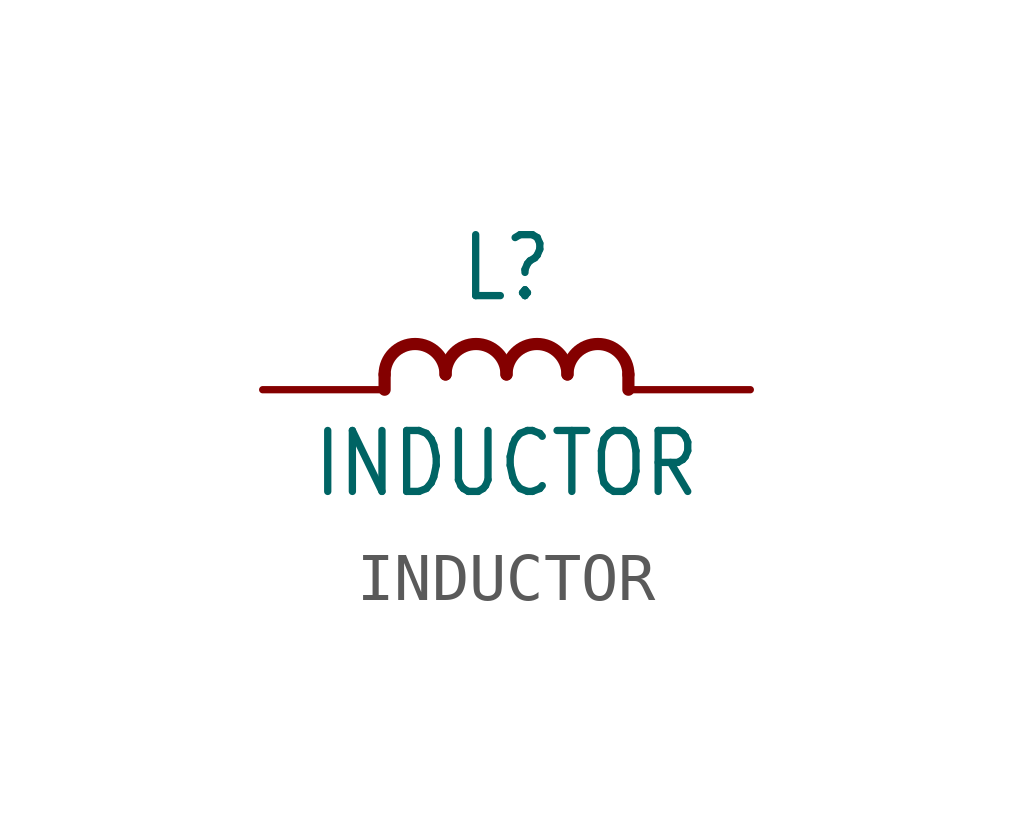
<source format=kicad_sym>
(kicad_symbol_lib
  (version 20201005)
  (generator kicad_symbol_editor)
  (symbol "INDUCTOR"
    (property "Reference" "L"
      (at 0 2.54 0)
      (effects (font (size 1.27 1.079))))
    (property "Value" "INDUCTOR"
      (at 0 -1.54 0)
      (effects (font (size 1.27 1.079))))
    (property "ki_locked" ""
      (at 0 0 0)
      (effects (font (size 1.27 1.27))))
    (symbol "INDUCTOR_1_0"
      (arc (start -1.27 0.3175) (end -2.54 0.3175) (radius (at -1.905 0.3174) (length 0.635) (angles 0.1 179.9)) (stroke (width 0.254)) (fill (type none)))
      (arc (start 0 0.3175) (end -1.27 0.3175) (radius (at -0.635 0.3174) (length 0.635) (angles 0.1 179.9)) (stroke (width 0.254)) (fill (type none)))
      (arc (start 1.27 0.3175) (end 0 0.3175) (radius (at 0.635 0.3174) (length 0.635) (angles 0.1 179.9)) (stroke (width 0.254)) (fill (type none)))
      (arc (start 2.54 0.3175) (end 1.27 0.3175) (radius (at 1.905 0.3174) (length 0.635) (angles 0.1 179.9)) (stroke (width 0.254)) (fill (type none)))
      (polyline (pts (xy -2.54 0.318) (xy -2.54 0)) (stroke (width 0.254)) (fill (type none)))
      (polyline (pts (xy 2.54 0.318) (xy 2.54 0)) (stroke (width 0.254)) (fill (type none)))
      (pin passive line (at -5.08 0 0) (length 2.54) (name "1" (effects (font (size 0 0)))) (number "P$1" (effects (font (size 0 0)))))
      (pin passive line (at 5.08 0 180) (length 2.54) (name "2" (effects (font (size 0 0)))) (number "P$2" (effects (font (size 0 0))))))))
</source>
